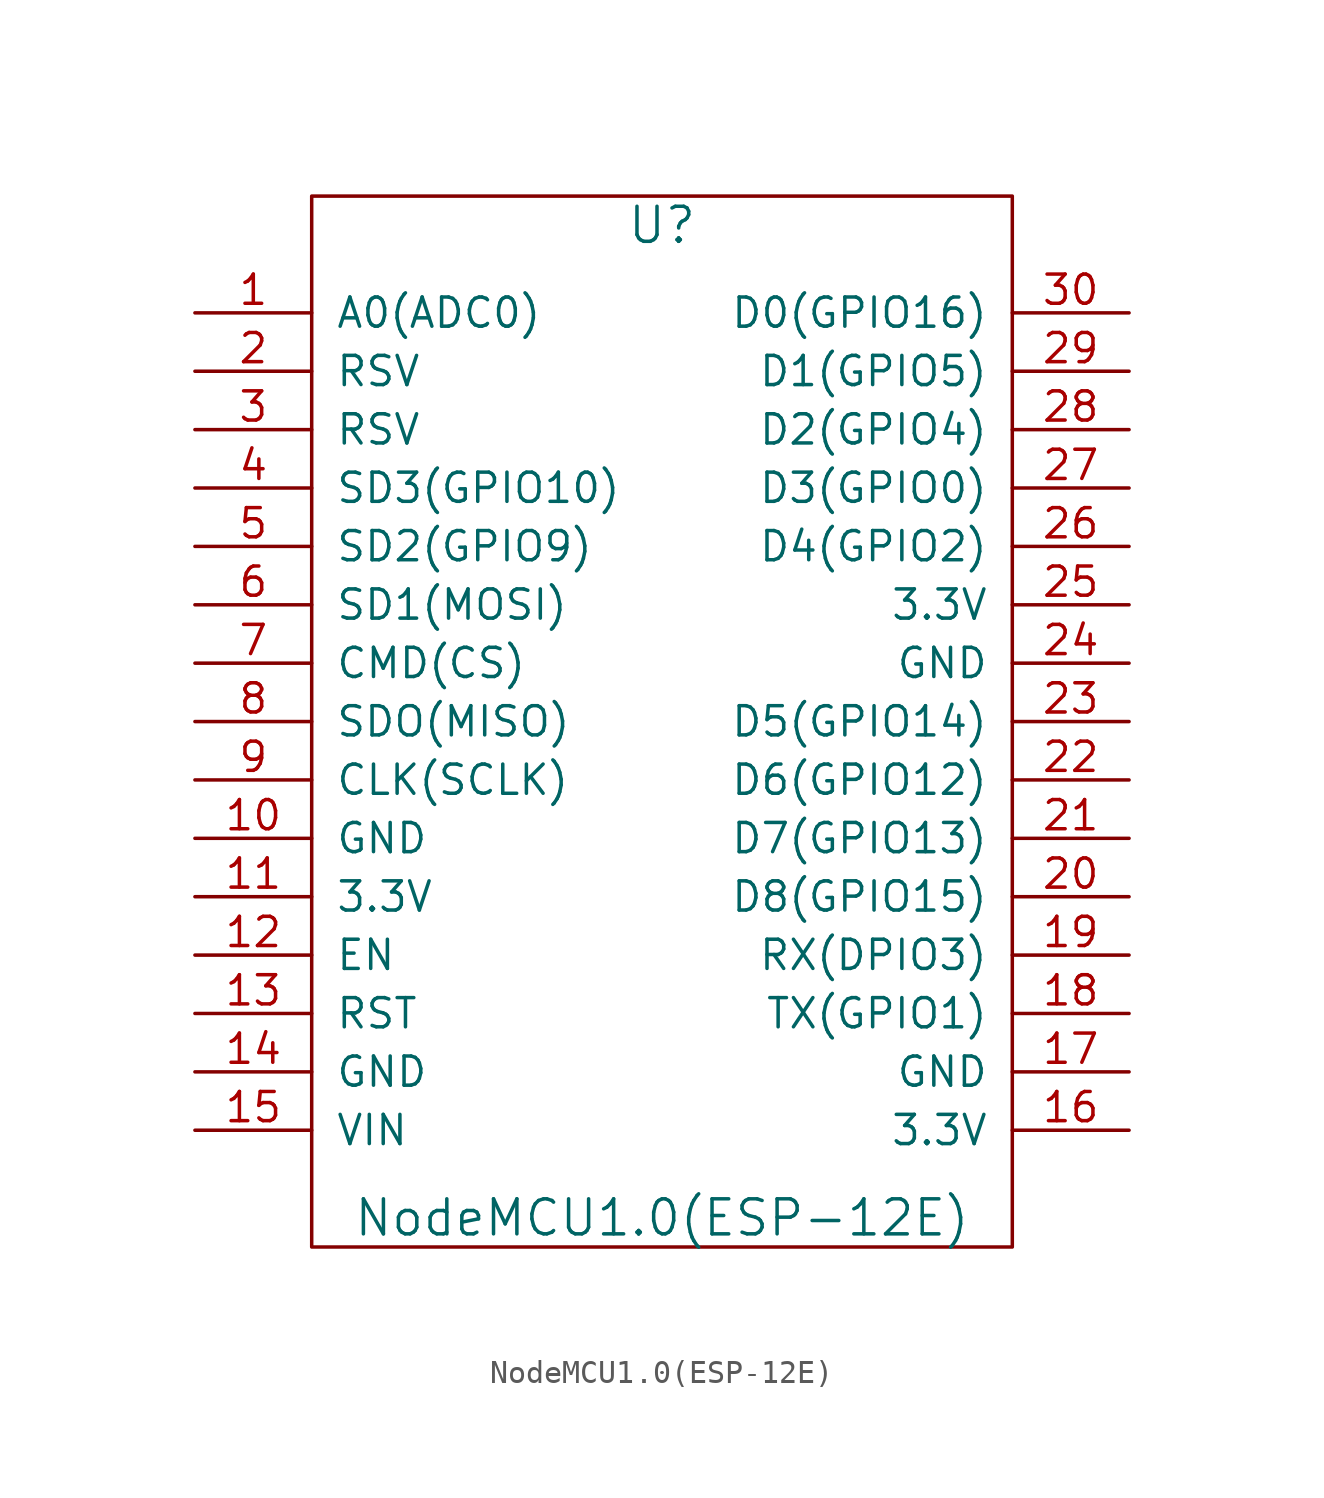
<source format=kicad_sym>
(kicad_symbol_lib
  (version 20241209)
  (generator "kicad_symbol_editor")
  (generator_version "9.0")
  (symbol "NodeMCU1.0(ESP-12E)"
    (pin_names
      (offset 1.016))
    (property "Reference" "U"
      (at 0 21.59 0)
      (effects (font (size 1.524 1.524))))
    (property "Value" "NodeMCU1.0(ESP-12E)"
      (at 0 -21.59 0)
      (effects (font (size 1.524 1.524))))
    (property "Footprint" ""
      (at -15.24 -21.59 0)
      (effects (font (size 1.524 1.524))))
    (property "Datasheet" ""
      (at -15.24 -21.59 0)
      (effects (font (size 1.524 1.524))))
    (symbol "NodeMCU1.0(ESP-12E)_0_1"
      (rectangle (start -15.24 -22.86) (end 15.24 22.86) (stroke (width 0) (type solid)) (fill (type none))))
    (symbol "NodeMCU1.0(ESP-12E)_1_1"
      (pin input line (at -20.32 17.78 0) (length 5.08) (name "A0(ADC0)" (effects (font (size 1.27 1.27)))) (number "1" (effects (font (size 1.27 1.27)))))
      (pin input line (at -20.32 15.24 0) (length 5.08) (name "RSV" (effects (font (size 1.27 1.27)))) (number "2" (effects (font (size 1.27 1.27)))))
      (pin input line (at -20.32 12.7 0) (length 5.08) (name "RSV" (effects (font (size 1.27 1.27)))) (number "3" (effects (font (size 1.27 1.27)))))
      (pin input line (at -20.32 10.16 0) (length 5.08) (name "SD3(GPIO10)" (effects (font (size 1.27 1.27)))) (number "4" (effects (font (size 1.27 1.27)))))
      (pin input line (at -20.32 7.62 0) (length 5.08) (name "SD2(GPIO9)" (effects (font (size 1.27 1.27)))) (number "5" (effects (font (size 1.27 1.27)))))
      (pin input line (at -20.32 5.08 0) (length 5.08) (name "SD1(MOSI)" (effects (font (size 1.27 1.27)))) (number "6" (effects (font (size 1.27 1.27)))))
      (pin input line (at -20.32 2.54 0) (length 5.08) (name "CMD(CS)" (effects (font (size 1.27 1.27)))) (number "7" (effects (font (size 1.27 1.27)))))
      (pin input line (at -20.32 0 0) (length 5.08) (name "SDO(MISO)" (effects (font (size 1.27 1.27)))) (number "8" (effects (font (size 1.27 1.27)))))
      (pin input line (at -20.32 -2.54 0) (length 5.08) (name "CLK(SCLK)" (effects (font (size 1.27 1.27)))) (number "9" (effects (font (size 1.27 1.27)))))
      (pin input line (at -20.32 -5.08 0) (length 5.08) (name "GND" (effects (font (size 1.27 1.27)))) (number "10" (effects (font (size 1.27 1.27)))))
      (pin input line (at -20.32 -7.62 0) (length 5.08) (name "3.3V" (effects (font (size 1.27 1.27)))) (number "11" (effects (font (size 1.27 1.27)))))
      (pin input line (at -20.32 -10.16 0) (length 5.08) (name "EN" (effects (font (size 1.27 1.27)))) (number "12" (effects (font (size 1.27 1.27)))))
      (pin input line (at -20.32 -12.7 0) (length 5.08) (name "RST" (effects (font (size 1.27 1.27)))) (number "13" (effects (font (size 1.27 1.27)))))
      (pin input line (at -20.32 -15.24 0) (length 5.08) (name "GND" (effects (font (size 1.27 1.27)))) (number "14" (effects (font (size 1.27 1.27)))))
      (pin input line (at -20.32 -17.78 0) (length 5.08) (name "VIN" (effects (font (size 1.27 1.27)))) (number "15" (effects (font (size 1.27 1.27)))))
      (pin input line (at 20.32 17.78 180) (length 5.08) (name "D0(GPIO16)" (effects (font (size 1.27 1.27)))) (number "30" (effects (font (size 1.27 1.27)))))
      (pin input line (at 20.32 15.24 180) (length 5.08) (name "D1(GPIO5)" (effects (font (size 1.27 1.27)))) (number "29" (effects (font (size 1.27 1.27)))))
      (pin input line (at 20.32 12.7 180) (length 5.08) (name "D2(GPIO4)" (effects (font (size 1.27 1.27)))) (number "28" (effects (font (size 1.27 1.27)))))
      (pin input line (at 20.32 10.16 180) (length 5.08) (name "D3(GPIO0)" (effects (font (size 1.27 1.27)))) (number "27" (effects (font (size 1.27 1.27)))))
      (pin input line (at 20.32 7.62 180) (length 5.08) (name "D4(GPIO2)" (effects (font (size 1.27 1.27)))) (number "26" (effects (font (size 1.27 1.27)))))
      (pin input line (at 20.32 5.08 180) (length 5.08) (name "3.3V" (effects (font (size 1.27 1.27)))) (number "25" (effects (font (size 1.27 1.27)))))
      (pin input line (at 20.32 2.54 180) (length 5.08) (name "GND" (effects (font (size 1.27 1.27)))) (number "24" (effects (font (size 1.27 1.27)))))
      (pin input line (at 20.32 0 180) (length 5.08) (name "D5(GPIO14)" (effects (font (size 1.27 1.27)))) (number "23" (effects (font (size 1.27 1.27)))))
      (pin input line (at 20.32 -2.54 180) (length 5.08) (name "D6(GPIO12)" (effects (font (size 1.27 1.27)))) (number "22" (effects (font (size 1.27 1.27)))))
      (pin input line (at 20.32 -5.08 180) (length 5.08) (name "D7(GPIO13)" (effects (font (size 1.27 1.27)))) (number "21" (effects (font (size 1.27 1.27)))))
      (pin input line (at 20.32 -7.62 180) (length 5.08) (name "D8(GPIO15)" (effects (font (size 1.27 1.27)))) (number "20" (effects (font (size 1.27 1.27)))))
      (pin input line (at 20.32 -10.16 180) (length 5.08) (name "RX(DPIO3)" (effects (font (size 1.27 1.27)))) (number "19" (effects (font (size 1.27 1.27)))))
      (pin input line (at 20.32 -12.7 180) (length 5.08) (name "TX(GPIO1)" (effects (font (size 1.27 1.27)))) (number "18" (effects (font (size 1.27 1.27)))))
      (pin input line (at 20.32 -15.24 180) (length 5.08) (name "GND" (effects (font (size 1.27 1.27)))) (number "17" (effects (font (size 1.27 1.27)))))
      (pin input line (at 20.32 -17.78 180) (length 5.08) (name "3.3V" (effects (font (size 1.27 1.27)))) (number "16" (effects (font (size 1.27 1.27))))))))
</source>
